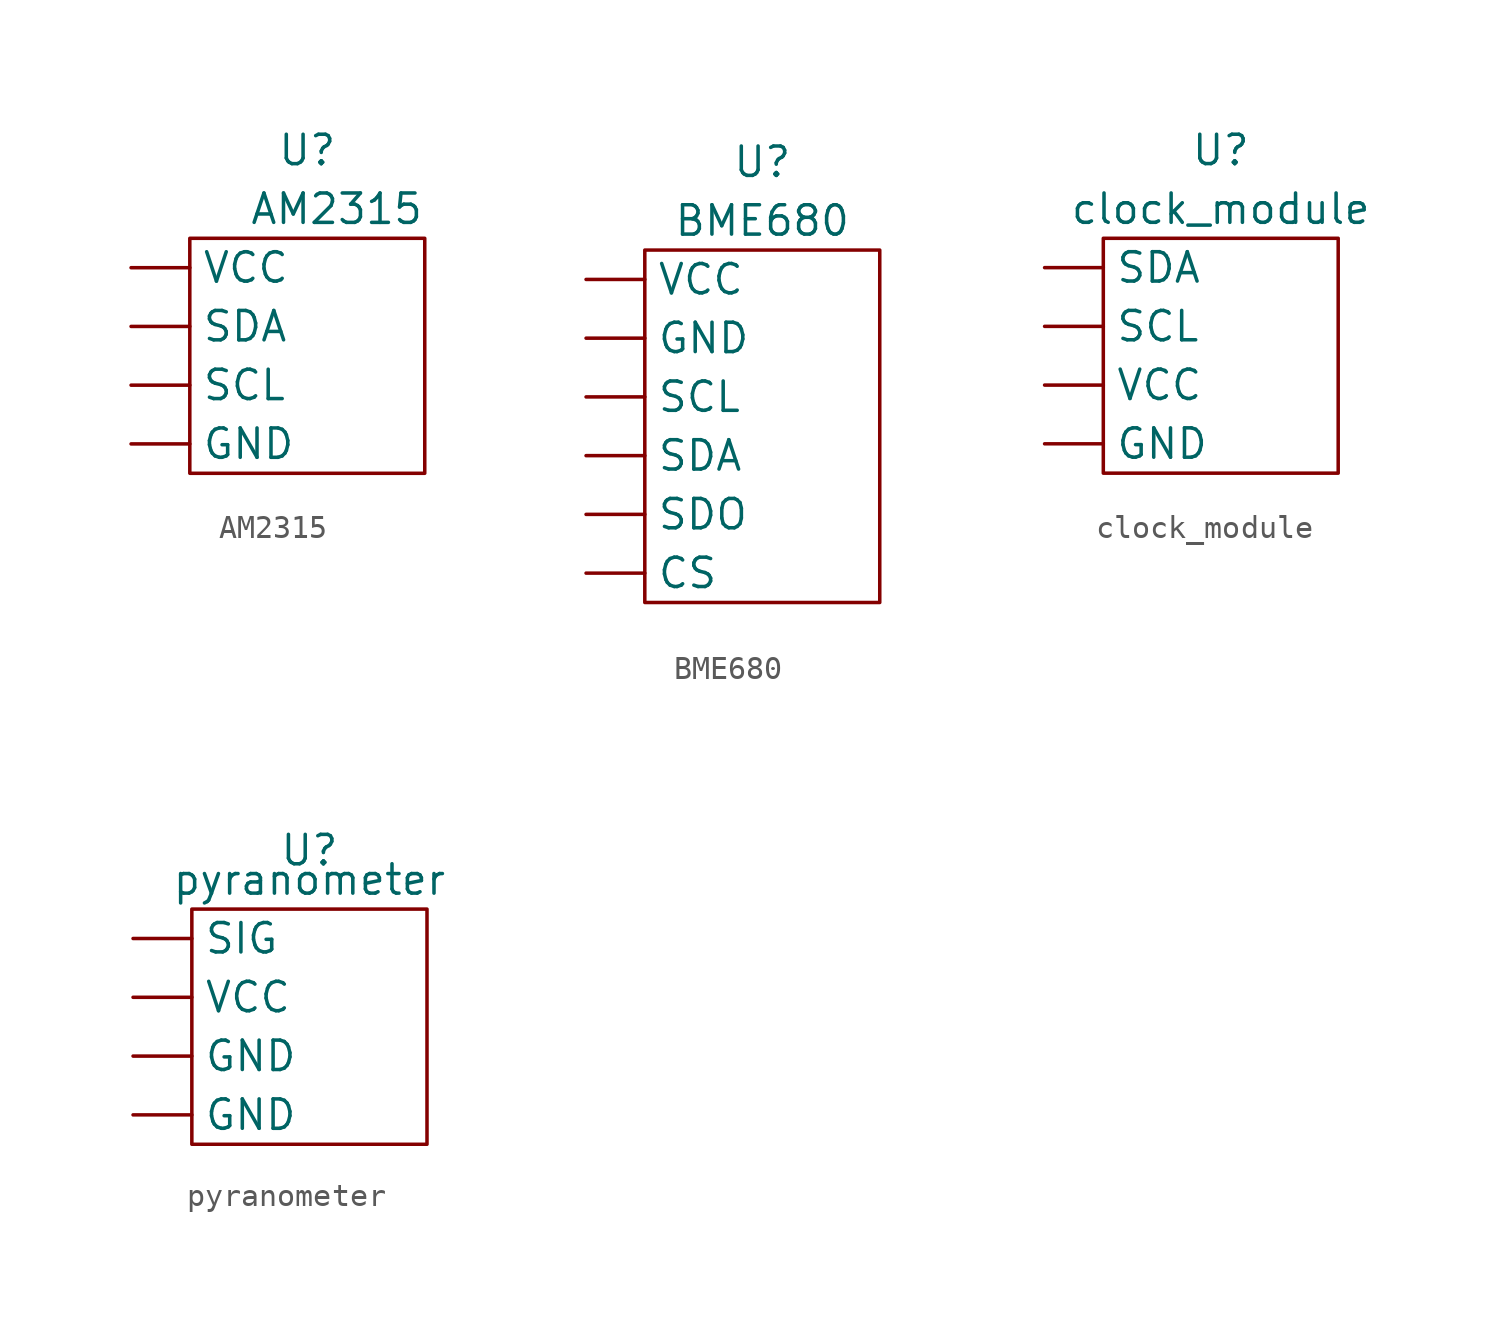
<source format=kicad_sym>
(kicad_symbol_lib
  (version 20220914)
  (generator kicad_symbol_editor)
  (symbol "AM2315"
    (pin_numbers hide)
    (property "Reference" "U"
      (at 0 8.89 0)
      (effects (font (size 1.27 1.27))))
    (property "Value" "AM2315"
      (at 1.27 6.35 0)
      (effects (font (size 1.27 1.27))))
    (symbol "AM2315_0_1"
      (rectangle (start -5.08 5.08) (end 5.08 -5.08) (stroke (width 0) (type default)) (fill (type none))))
    (symbol "AM2315_1_1"
      (pin power_in line (at -7.62 3.81 0) (length 2.54) (name "VCC" (effects (font (size 1.27 1.27)))) (number "1" (effects (font (size 1.27 1.27)))))
      (pin input line (at -7.62 1.27 0) (length 2.54) (name "SDA" (effects (font (size 1.27 1.27)))) (number "2" (effects (font (size 1.27 1.27)))))
      (pin input line (at -7.62 -1.27 0) (length 2.54) (name "SCL" (effects (font (size 1.27 1.27)))) (number "3" (effects (font (size 1.27 1.27)))))
      (pin power_in line (at -7.62 -3.81 0) (length 2.54) (name "GND" (effects (font (size 1.27 1.27)))) (number "4" (effects (font (size 1.27 1.27)))))))
  (symbol "BME680"
    (pin_numbers hide)
    (property "Reference" "U"
      (at 0 12.7 0)
      (effects (font (size 1.27 1.27))))
    (property "Value" "BME680"
      (at 0 10.16 0)
      (effects (font (size 1.27 1.27))))
    (symbol "BME680_0_1"
      (rectangle (start -5.08 8.89) (end 5.08 -6.35) (stroke (width 0) (type default)) (fill (type none))))
    (symbol "BME680_1_1"
      (pin input line (at -7.62 7.62 0) (length 2.54) (name "VCC" (effects (font (size 1.27 1.27)))) (number "1" (effects (font (size 1.27 1.27)))))
      (pin input line (at -7.62 5.08 0) (length 2.54) (name "GND" (effects (font (size 1.27 1.27)))) (number "2" (effects (font (size 1.27 1.27)))))
      (pin input line (at -7.62 2.54 0) (length 2.54) (name "SCL" (effects (font (size 1.27 1.27)))) (number "3" (effects (font (size 1.27 1.27)))))
      (pin input line (at -7.62 0 0) (length 2.54) (name "SDA" (effects (font (size 1.27 1.27)))) (number "4" (effects (font (size 1.27 1.27)))))
      (pin input line (at -7.62 -2.54 0) (length 2.54) (name "SDO" (effects (font (size 1.27 1.27)))) (number "5" (effects (font (size 1.27 1.27)))))
      (pin input line (at -7.62 -5.08 0) (length 2.54) (name "CS" (effects (font (size 1.27 1.27)))) (number "6" (effects (font (size 1.27 1.27)))))))
  (symbol "clock_module"
    (pin_numbers hide)
    (property "Reference" "U"
      (at 0 8.89 0)
      (effects (font (size 1.27 1.27))))
    (property "Value" "clock_module"
      (at 0 6.35 0)
      (effects (font (size 1.27 1.27))))
    (symbol "clock_module_0_1"
      (rectangle (start -5.08 5.08) (end 5.08 -5.08) (stroke (width 0) (type default)) (fill (type none))))
    (symbol "clock_module_1_1"
      (pin bidirectional line (at -7.62 3.81 0) (length 2.54) (name "SDA" (effects (font (size 1.27 1.27)))) (number "1" (effects (font (size 1.27 1.27)))))
      (pin input line (at -7.62 1.27 0) (length 2.54) (name "SCL" (effects (font (size 1.27 1.27)))) (number "2" (effects (font (size 1.27 1.27)))))
      (pin input line (at -7.62 -1.27 0) (length 2.54) (name "VCC" (effects (font (size 1.27 1.27)))) (number "3" (effects (font (size 1.27 1.27)))))
      (pin input line (at -7.62 -3.81 0) (length 2.54) (name "GND" (effects (font (size 1.27 1.27)))) (number "4" (effects (font (size 1.27 1.27)))))))
  (symbol "pyranometer"
    (pin_numbers hide)
    (property "Reference" "U"
      (at 0 3.81 0)
      (effects (font (size 1.27 1.27))))
    (property "Value" "pyranometer"
      (at 0 2.54 0)
      (effects (font (size 1.27 1.27))))
    (symbol "pyranometer_0_1"
      (rectangle (start -5.08 1.27) (end 5.08 -8.89) (stroke (width 0) (type default)) (fill (type none))))
    (symbol "pyranometer_1_1"
      (pin input line (at -7.62 0 0) (length 2.54) (name "SIG" (effects (font (size 1.27 1.27)))) (number "1" (effects (font (size 1.27 1.27)))))
      (pin input line (at -7.62 -2.54 0) (length 2.54) (name "VCC" (effects (font (size 1.27 1.27)))) (number "2" (effects (font (size 1.27 1.27)))))
      (pin input line (at -7.62 -5.08 0) (length 2.54) (name "GND" (effects (font (size 1.27 1.27)))) (number "3" (effects (font (size 1.27 1.27)))))
      (pin input line (at -7.62 -7.62 0) (length 2.54) (name "GND" (effects (font (size 1.27 1.27)))) (number "4" (effects (font (size 1.27 1.27))))))))
</source>
